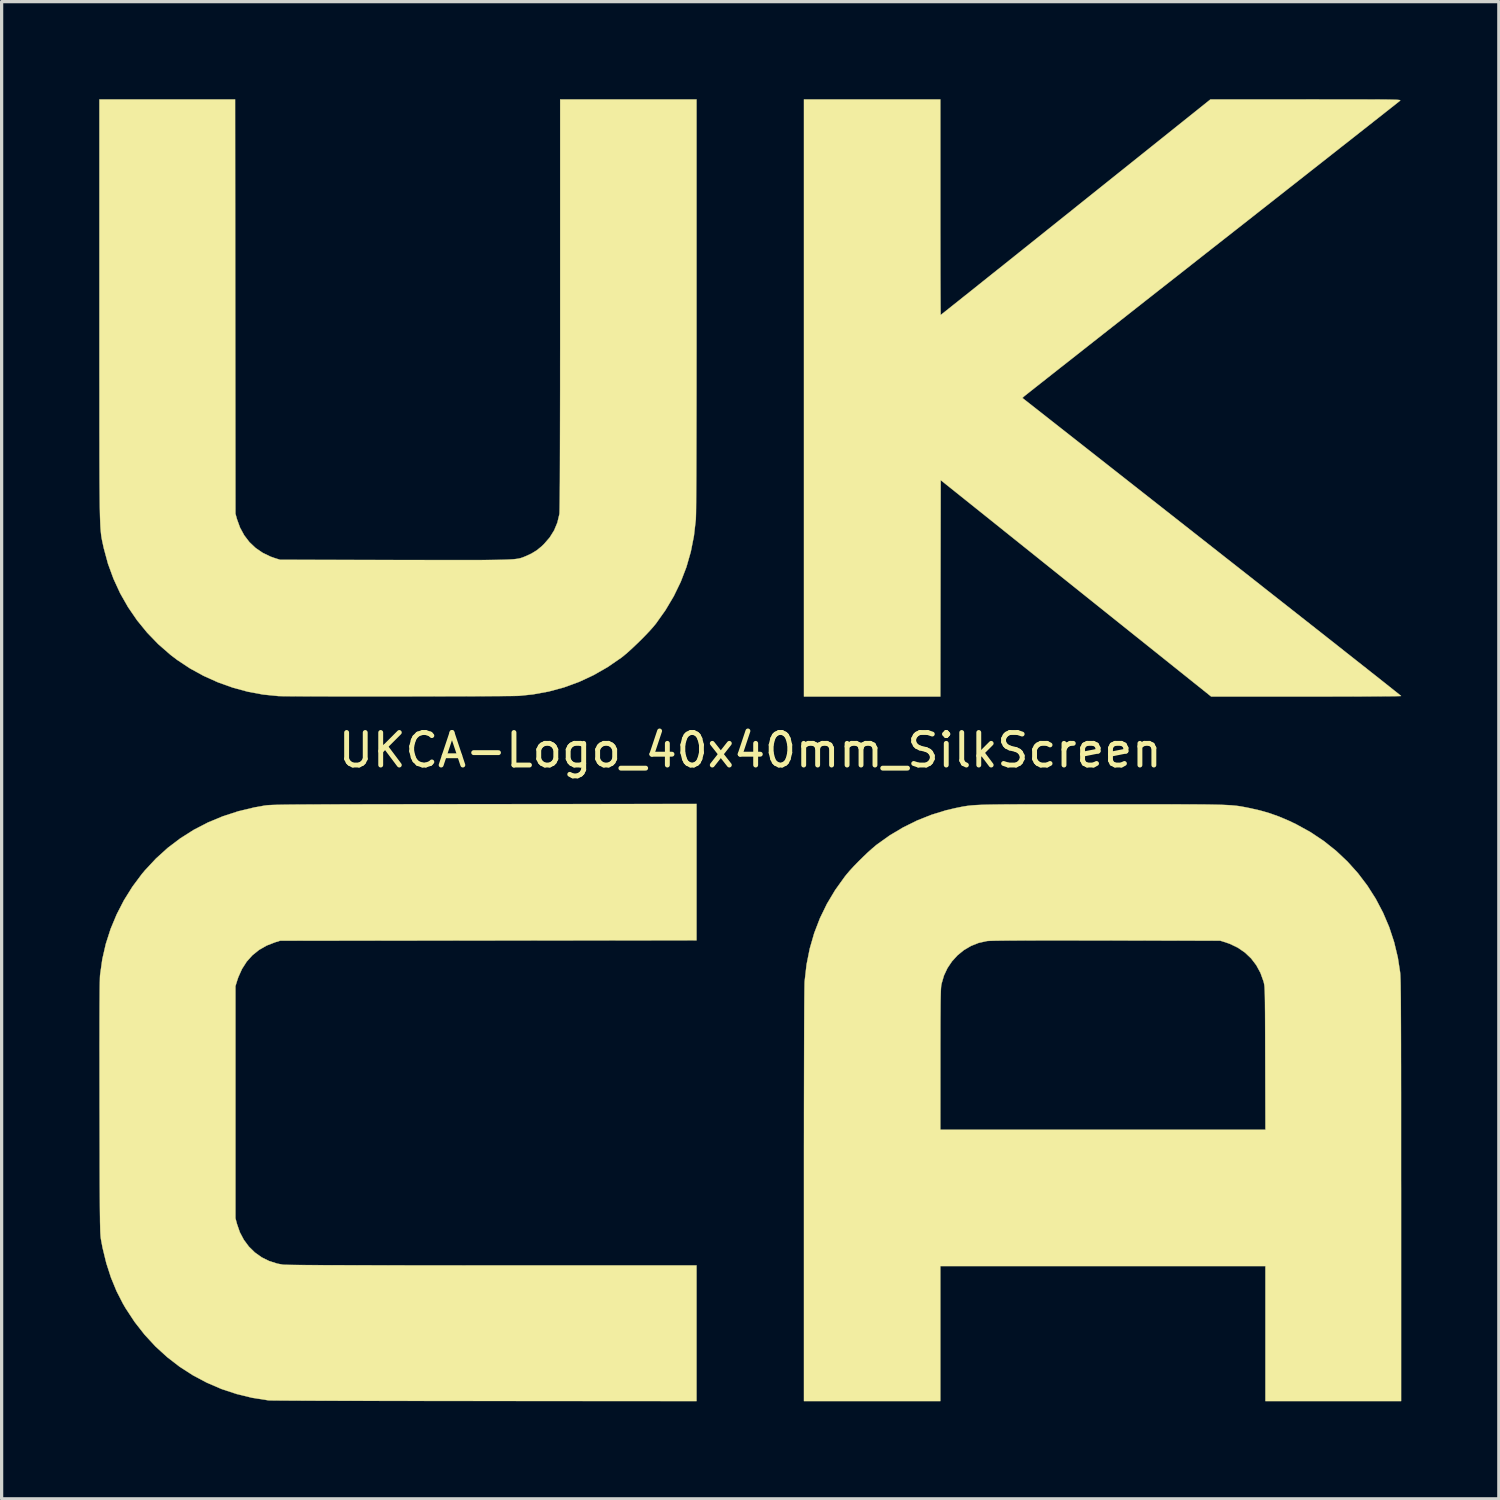
<source format=kicad_pcb>
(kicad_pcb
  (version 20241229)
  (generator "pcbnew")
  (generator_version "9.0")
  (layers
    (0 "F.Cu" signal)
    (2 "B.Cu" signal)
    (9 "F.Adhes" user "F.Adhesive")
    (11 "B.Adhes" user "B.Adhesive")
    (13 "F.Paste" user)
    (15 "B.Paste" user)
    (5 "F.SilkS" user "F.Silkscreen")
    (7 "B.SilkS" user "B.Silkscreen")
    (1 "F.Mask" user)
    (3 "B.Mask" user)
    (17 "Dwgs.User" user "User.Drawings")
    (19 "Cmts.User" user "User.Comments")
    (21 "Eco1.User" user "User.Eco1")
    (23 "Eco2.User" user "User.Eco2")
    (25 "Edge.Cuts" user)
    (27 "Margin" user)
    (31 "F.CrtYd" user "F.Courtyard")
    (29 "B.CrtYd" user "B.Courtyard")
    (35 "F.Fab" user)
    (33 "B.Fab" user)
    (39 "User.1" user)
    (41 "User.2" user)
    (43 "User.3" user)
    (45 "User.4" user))
  (footprint "UKCA-Logo_40x40mm_SilkScreen"
    (layer "F.Cu")
    (at 20.008 20.008)
    (property "Reference" "UKCA-Logo_40x40mm_SilkScreen" (at 0 0 0) (layer "F.SilkS") (effects (font (size 1 1) (thickness 0.15))))
    (attr board_only exclude_from_pos_files exclude_from_bom allow_missing_courtyard)
    (fp_poly (pts (xy 5.842 -16.69) (xy 5.842 -16.319) (xy 5.842 -15.96) (xy 5.843 -15.614) (xy 5.843 -15.285) (xy 5.844 -14.975) (xy 5.844 -14.685) (xy 5.845 -14.418) (xy 5.846 -14.176) (xy 5.847 -13.962) (xy 5.848 -13.777) (xy 5.849 -13.625) (xy 5.85 -13.507) (xy 5.851 -13.426) (xy 5.852 -13.383) (xy 5.853 -13.377) (xy 5.87 -13.39) (xy 5.919 -13.429) (xy 5.998 -13.491) (xy 6.106 -13.577) (xy 6.241 -13.685) (xy 6.403 -13.813) (xy 6.589 -13.962) (xy 6.798 -14.128) (xy 7.029 -14.313) (xy 7.281 -14.514) (xy 7.552 -14.73) (xy 7.84 -14.96) (xy 8.144 -15.203) (xy 8.463 -15.458) (xy 8.796 -15.724) (xy 9.141 -16) (xy 9.496 -16.284) (xy 9.861 -16.575) (xy 10.004 -16.69) (xy 14.145 -20.003) (xy 17.078 -20.003) (xy 17.489 -20.002) (xy 17.86 -20.002) (xy 18.192 -20.002) (xy 18.488 -20.002) (xy 18.75 -20.002) (xy 18.98 -20.001) (xy 19.179 -20.001) (xy 19.351 -20) (xy 19.497 -19.999) (xy 19.619 -19.997) (xy 19.719 -19.995) (xy 19.799 -19.993) (xy 19.861 -19.991) (xy 19.907 -19.988) (xy 19.94 -19.985) (xy 19.961 -19.982) (xy 19.973 -19.978) (xy 19.977 -19.973) (xy 19.975 -19.968) (xy 19.97 -19.963) (xy 19.951 -19.947) (xy 19.899 -19.906) (xy 19.816 -19.84) (xy 19.704 -19.752) (xy 19.563 -19.641) (xy 19.395 -19.508) (xy 19.201 -19.356) (xy 18.982 -19.183) (xy 18.74 -18.993) (xy 18.475 -18.784) (xy 18.189 -18.56) (xy 17.883 -18.319) (xy 17.559 -18.064) (xy 17.216 -17.795) (xy 16.858 -17.513) (xy 16.484 -17.22) (xy 16.097 -16.915) (xy 15.697 -16.601) (xy 15.285 -16.277) (xy 14.863 -15.946) (xy 14.432 -15.608) (xy 14.192 -15.42) (xy 13.757 -15.078) (xy 13.33 -14.742) (xy 12.912 -14.414) (xy 12.505 -14.095) (xy 12.11 -13.785) (xy 11.729 -13.485) (xy 11.362 -13.196) (xy 11.01 -12.92) (xy 10.676 -12.657) (xy 10.359 -12.408) (xy 10.062 -12.174) (xy 9.785 -11.956) (xy 9.53 -11.756) (xy 9.298 -11.573) (xy 9.09 -11.409) (xy 8.907 -11.265) (xy 8.751 -11.142) (xy 8.623 -11.041) (xy 8.524 -10.962) (xy 8.454 -10.907) (xy 8.417 -10.877) (xy 8.41 -10.871) (xy 8.364 -10.827) (xy 14.183 -6.256) (xy 14.621 -5.911) (xy 15.051 -5.574) (xy 15.471 -5.244) (xy 15.879 -4.922) (xy 16.276 -4.61) (xy 16.659 -4.309) (xy 17.028 -4.019) (xy 17.381 -3.741) (xy 17.717 -3.476) (xy 18.035 -3.226) (xy 18.333 -2.99) (xy 18.611 -2.771) (xy 18.868 -2.569) (xy 19.101 -2.384) (xy 19.311 -2.219) (xy 19.495 -2.073) (xy 19.652 -1.948) (xy 19.782 -1.845) (xy 19.883 -1.765) (xy 19.954 -1.708) (xy 19.994 -1.675) (xy 20.003 -1.668) (xy 19.982 -1.666) (xy 19.921 -1.664) (xy 19.823 -1.662) (xy 19.69 -1.66) (xy 19.524 -1.659) (xy 19.327 -1.657) (xy 19.103 -1.656) (xy 18.854 -1.654) (xy 18.581 -1.653) (xy 18.288 -1.652) (xy 17.977 -1.652) (xy 17.65 -1.651) (xy 17.309 -1.651) (xy 17.084 -1.651) (xy 14.166 -1.651) (xy 10.009 -4.976) (xy 5.853 -8.302) (xy 5.847 -4.976) (xy 5.842 -1.651) (xy 1.651 -1.651) (xy 1.651 -20.003) (xy 5.842 -20.003) (xy 5.842 -16.69)) (stroke (width 0.01) (type solid)) (fill yes) (layer "F.SilkS"))
    (fp_poly (pts (xy -1.651 5.842) (xy -14.446 5.853) (xy -14.604 5.902) (xy -14.864 6.003) (xy -15.096 6.136) (xy -15.3 6.3) (xy -15.475 6.495) (xy -15.619 6.719) (xy -15.732 6.97) (xy -15.763 7.06) (xy -15.822 7.25) (xy -15.822 14.383) (xy -15.775 14.559) (xy -15.686 14.816) (xy -15.563 15.048) (xy -15.409 15.255) (xy -15.227 15.434) (xy -15.019 15.583) (xy -14.788 15.698) (xy -14.537 15.778) (xy -14.365 15.81) (xy -14.329 15.813) (xy -14.257 15.815) (xy -14.15 15.817) (xy -14.007 15.819) (xy -13.827 15.821) (xy -13.61 15.823) (xy -13.356 15.824) (xy -13.064 15.826) (xy -12.735 15.827) (xy -12.366 15.828) (xy -11.959 15.829) (xy -11.512 15.83) (xy -11.025 15.831) (xy -10.498 15.832) (xy -9.931 15.832) (xy -9.322 15.832) (xy -8.672 15.833) (xy -7.981 15.833) (xy -1.651 15.833) (xy -1.651 20.003) (xy -8.154 20) (xy -8.678 19.999) (xy -9.192 19.999) (xy -9.693 19.999) (xy -10.182 19.998) (xy -10.655 19.997) (xy -11.111 19.997) (xy -11.549 19.996) (xy -11.967 19.995) (xy -12.362 19.994) (xy -12.735 19.993) (xy -13.082 19.992) (xy -13.402 19.991) (xy -13.694 19.99) (xy -13.956 19.988) (xy -14.186 19.987) (xy -14.382 19.986) (xy -14.544 19.984) (xy -14.668 19.983) (xy -14.754 19.982) (xy -14.8 19.98) (xy -14.806 19.98) (xy -15.304 19.902) (xy -15.786 19.785) (xy -16.253 19.63) (xy -16.701 19.437) (xy -17.13 19.209) (xy -17.537 18.947) (xy -17.922 18.65) (xy -18.282 18.321) (xy -18.615 17.96) (xy -18.921 17.569) (xy -19.197 17.149) (xy -19.276 17.014) (xy -19.477 16.621) (xy -19.648 16.205) (xy -19.791 15.762) (xy -19.906 15.29) (xy -19.953 15.039) (xy -19.958 15.01) (xy -19.962 14.978) (xy -19.966 14.941) (xy -19.969 14.896) (xy -19.973 14.842) (xy -19.976 14.776) (xy -19.978 14.698) (xy -19.98 14.605) (xy -19.983 14.494) (xy -19.984 14.365) (xy -19.986 14.215) (xy -19.988 14.043) (xy -19.989 13.846) (xy -19.99 13.623) (xy -19.992 13.371) (xy -19.993 13.089) (xy -19.994 12.775) (xy -19.994 12.427) (xy -19.995 12.043) (xy -19.996 11.622) (xy -19.997 11.16) (xy -19.998 10.986) (xy -19.998 10.452) (xy -19.999 9.959) (xy -19.999 9.507) (xy -20 9.094) (xy -19.999 8.72) (xy -19.999 8.384) (xy -19.998 8.084) (xy -19.997 7.82) (xy -19.995 7.591) (xy -19.994 7.395) (xy -19.992 7.232) (xy -19.989 7.101) (xy -19.987 7.002) (xy -19.984 6.932) (xy -19.981 6.9) (xy -19.914 6.423) (xy -19.806 5.952) (xy -19.658 5.491) (xy -19.471 5.043) (xy -19.248 4.61) (xy -18.989 4.195) (xy -18.696 3.802) (xy -18.602 3.69) (xy -18.265 3.329) (xy -17.902 3) (xy -17.514 2.706) (xy -17.101 2.445) (xy -16.665 2.219) (xy -16.207 2.029) (xy -15.726 1.873) (xy -15.225 1.754) (xy -14.92 1.7) (xy -14.895 1.697) (xy -14.867 1.693) (xy -14.833 1.69) (xy -14.794 1.687) (xy -14.747 1.685) (xy -14.691 1.682) (xy -14.625 1.68) (xy -14.547 1.678) (xy -14.455 1.676) (xy -14.349 1.674) (xy -14.226 1.672) (xy -14.085 1.671) (xy -13.926 1.669) (xy -13.746 1.668) (xy -13.544 1.667) (xy -13.318 1.666) (xy -13.068 1.665) (xy -12.792 1.664) (xy -12.487 1.663) (xy -12.154 1.662) (xy -11.789 1.661) (xy -11.393 1.661) (xy -10.964 1.66) (xy -10.499 1.659) (xy -9.998 1.659) (xy -9.459 1.658) (xy -8.881 1.657) (xy -8.263 1.657) (xy -8.165 1.657) (xy -1.651 1.65) (xy -1.651 5.842)) (stroke (width 0.01) (type solid)) (fill yes) (layer "F.SilkS"))
    (fp_poly (pts (xy -15.828 -13.637) (xy -15.822 -7.271) (xy -15.775 -7.101) (xy -15.681 -6.842) (xy -15.553 -6.607) (xy -15.394 -6.398) (xy -15.204 -6.218) (xy -14.985 -6.068) (xy -14.741 -5.95) (xy -14.604 -5.902) (xy -14.446 -5.853) (xy -10.923 -5.847) (xy -10.459 -5.846) (xy -10.034 -5.846) (xy -9.648 -5.845) (xy -9.299 -5.845) (xy -8.984 -5.845) (xy -8.701 -5.845) (xy -8.449 -5.845) (xy -8.225 -5.846) (xy -8.028 -5.848) (xy -7.855 -5.85) (xy -7.705 -5.852) (xy -7.575 -5.855) (xy -7.464 -5.859) (xy -7.37 -5.864) (xy -7.29 -5.869) (xy -7.222 -5.876) (xy -7.165 -5.883) (xy -7.117 -5.891) (xy -7.076 -5.9) (xy -7.039 -5.911) (xy -7.005 -5.922) (xy -6.972 -5.935) (xy -6.937 -5.949) (xy -6.912 -5.959) (xy -6.724 -6.045) (xy -6.562 -6.144) (xy -6.41 -6.268) (xy -6.338 -6.338) (xy -6.163 -6.54) (xy -6.027 -6.758) (xy -5.928 -6.996) (xy -5.866 -7.254) (xy -5.865 -7.26) (xy -5.862 -7.294) (xy -5.86 -7.364) (xy -5.858 -7.471) (xy -5.856 -7.615) (xy -5.854 -7.797) (xy -5.852 -8.016) (xy -5.85 -8.274) (xy -5.849 -8.57) (xy -5.848 -8.904) (xy -5.847 -9.279) (xy -5.846 -9.692) (xy -5.845 -10.146) (xy -5.844 -10.639) (xy -5.843 -11.174) (xy -5.843 -11.749) (xy -5.842 -12.366) (xy -5.842 -13.024) (xy -5.842 -13.7) (xy -5.842 -20.003) (xy -1.651 -20.003) (xy -1.651 -13.69) (xy -1.651 -12.998) (xy -1.651 -12.342) (xy -1.652 -11.724) (xy -1.652 -11.141) (xy -1.653 -10.597) (xy -1.654 -10.09) (xy -1.655 -9.62) (xy -1.656 -9.19) (xy -1.657 -8.798) (xy -1.658 -8.445) (xy -1.66 -8.132) (xy -1.662 -7.859) (xy -1.663 -7.626) (xy -1.665 -7.434) (xy -1.667 -7.282) (xy -1.67 -7.173) (xy -1.672 -7.105) (xy -1.673 -7.091) (xy -1.731 -6.587) (xy -1.827 -6.101) (xy -1.962 -5.631) (xy -2.136 -5.177) (xy -2.35 -4.736) (xy -2.604 -4.308) (xy -2.897 -3.895) (xy -2.982 -3.792) (xy -3.092 -3.668) (xy -3.221 -3.532) (xy -3.362 -3.389) (xy -3.508 -3.247) (xy -3.651 -3.112) (xy -3.785 -2.991) (xy -3.903 -2.892) (xy -3.962 -2.846) (xy -4.382 -2.557) (xy -4.816 -2.309) (xy -5.262 -2.101) (xy -5.721 -1.933) (xy -6.195 -1.805) (xy -6.684 -1.716) (xy -7.101 -1.673) (xy -7.148 -1.671) (xy -7.234 -1.669) (xy -7.357 -1.667) (xy -7.514 -1.666) (xy -7.703 -1.664) (xy -7.92 -1.663) (xy -8.162 -1.662) (xy -8.428 -1.66) (xy -8.713 -1.659) (xy -9.016 -1.658) (xy -9.334 -1.658) (xy -9.664 -1.657) (xy -10.003 -1.656) (xy -10.348 -1.656) (xy -10.697 -1.655) (xy -11.047 -1.655) (xy -11.394 -1.655) (xy -11.737 -1.655) (xy -12.073 -1.655) (xy -12.398 -1.655) (xy -12.711 -1.655) (xy -13.007 -1.656) (xy -13.285 -1.656) (xy -13.542 -1.657) (xy -13.775 -1.658) (xy -13.98 -1.659) (xy -14.157 -1.66) (xy -14.301 -1.661) (xy -14.409 -1.663) (xy -14.48 -1.665) (xy -14.499 -1.665) (xy -14.97 -1.712) (xy -15.439 -1.799) (xy -15.903 -1.925) (xy -16.357 -2.087) (xy -16.796 -2.284) (xy -17.216 -2.514) (xy -17.611 -2.775) (xy -17.822 -2.936) (xy -18.194 -3.261) (xy -18.535 -3.614) (xy -18.845 -3.994) (xy -19.122 -4.398) (xy -19.364 -4.823) (xy -19.569 -5.268) (xy -19.738 -5.729) (xy -19.867 -6.204) (xy -19.886 -6.29) (xy -19.897 -6.341) (xy -19.907 -6.388) (xy -19.917 -6.433) (xy -19.926 -6.478) (xy -19.934 -6.522) (xy -19.942 -6.569) (xy -19.949 -6.619) (xy -19.955 -6.674) (xy -19.961 -6.736) (xy -19.967 -6.805) (xy -19.972 -6.884) (xy -19.976 -6.974) (xy -19.98 -7.076) (xy -19.984 -7.192) (xy -19.987 -7.324) (xy -19.99 -7.472) (xy -19.992 -7.638) (xy -19.994 -7.824) (xy -19.996 -8.031) (xy -19.998 -8.261) (xy -19.999 -8.515) (xy -20 -8.795) (xy -20.001 -9.101) (xy -20.001 -9.437) (xy -20.002 -9.802) (xy -20.002 -10.199) (xy -20.002 -10.629) (xy -20.002 -11.093) (xy -20.003 -11.593) (xy -20.003 -12.131) (xy -20.003 -12.707) (xy -20.003 -13.324) (xy -20.003 -13.541) (xy -20.003 -20.003) (xy -15.833 -20.003) (xy -15.828 -13.637)) (stroke (width 0.01) (type solid)) (fill yes) (layer "F.SilkS"))
    (fp_poly (pts (xy 10.461 1.662) (xy 10.816 1.662) (xy 11.295 1.662) (xy 11.734 1.662) (xy 12.134 1.662) (xy 12.498 1.662) (xy 12.828 1.662) (xy 13.125 1.663) (xy 13.393 1.664) (xy 13.633 1.665) (xy 13.846 1.666) (xy 14.036 1.668) (xy 14.203 1.671) (xy 14.351 1.674) (xy 14.48 1.677) (xy 14.594 1.682) (xy 14.694 1.687) (xy 14.783 1.692) (xy 14.861 1.699) (xy 14.932 1.706) (xy 14.997 1.714) (xy 15.059 1.723) (xy 15.119 1.734) (xy 15.179 1.745) (xy 15.242 1.757) (xy 15.31 1.771) (xy 15.348 1.778) (xy 15.665 1.85) (xy 15.964 1.936) (xy 16.257 2.041) (xy 16.558 2.169) (xy 16.785 2.278) (xy 17.217 2.516) (xy 17.623 2.787) (xy 18.003 3.089) (xy 18.354 3.42) (xy 18.676 3.778) (xy 18.966 4.16) (xy 19.224 4.565) (xy 19.448 4.991) (xy 19.637 5.435) (xy 19.789 5.897) (xy 19.903 6.372) (xy 19.971 6.813) (xy 19.974 6.843) (xy 19.977 6.882) (xy 19.98 6.929) (xy 19.982 6.988) (xy 19.985 7.058) (xy 19.987 7.142) (xy 19.989 7.241) (xy 19.99 7.356) (xy 19.992 7.488) (xy 19.994 7.64) (xy 19.995 7.813) (xy 19.996 8.007) (xy 19.997 8.224) (xy 19.998 8.467) (xy 19.999 8.735) (xy 20 9.031) (xy 20 9.356) (xy 20.001 9.711) (xy 20.001 10.097) (xy 20.002 10.517) (xy 20.002 10.972) (xy 20.002 11.462) (xy 20.002 11.989) (xy 20.002 12.556) (xy 20.002 13.162) (xy 20.003 13.541) (xy 20.003 20.003) (xy 15.833 20.003) (xy 15.833 15.854) (xy 5.842 15.854) (xy 5.842 20.003) (xy 1.651 20.003) (xy 1.651 13.69) (xy 1.651 13.007) (xy 1.651 12.359) (xy 1.652 11.746) (xy 1.652 11.663) (xy 5.842 11.663) (xy 15.834 11.663) (xy 15.828 9.467) (xy 15.827 9.114) (xy 15.826 8.801) (xy 15.825 8.525) (xy 15.824 8.284) (xy 15.823 8.075) (xy 15.821 7.895) (xy 15.82 7.742) (xy 15.818 7.613) (xy 15.816 7.506) (xy 15.813 7.418) (xy 15.81 7.347) (xy 15.807 7.289) (xy 15.803 7.243) (xy 15.798 7.205) (xy 15.792 7.174) (xy 15.786 7.146) (xy 15.779 7.119) (xy 15.774 7.101) (xy 15.681 6.842) (xy 15.554 6.608) (xy 15.395 6.399) (xy 15.206 6.219) (xy 14.988 6.069) (xy 14.744 5.951) (xy 14.604 5.902) (xy 14.446 5.853) (xy 10.943 5.846) (xy 10.444 5.846) (xy 9.986 5.845) (xy 9.568 5.845) (xy 9.188 5.845) (xy 8.847 5.845) (xy 8.542 5.846) (xy 8.273 5.847) (xy 8.038 5.848) (xy 7.837 5.849) (xy 7.668 5.851) (xy 7.529 5.853) (xy 7.421 5.856) (xy 7.341 5.859) (xy 7.289 5.862) (xy 7.273 5.864) (xy 7.021 5.92) (xy 6.785 6.014) (xy 6.567 6.142) (xy 6.372 6.3) (xy 6.202 6.486) (xy 6.061 6.695) (xy 5.953 6.925) (xy 5.881 7.172) (xy 5.872 7.217) (xy 5.867 7.253) (xy 5.863 7.303) (xy 5.859 7.369) (xy 5.856 7.455) (xy 5.853 7.562) (xy 5.85 7.693) (xy 5.848 7.85) (xy 5.847 8.035) (xy 5.845 8.251) (xy 5.844 8.5) (xy 5.844 8.784) (xy 5.843 9.105) (xy 5.843 9.466) (xy 5.843 9.52) (xy 5.842 11.663) (xy 1.652 11.663) (xy 1.652 11.169) (xy 1.653 10.628) (xy 1.654 10.123) (xy 1.655 9.655) (xy 1.656 9.225) (xy 1.657 8.832) (xy 1.658 8.478) (xy 1.66 8.162) (xy 1.661 7.886) (xy 1.663 7.649) (xy 1.665 7.453) (xy 1.667 7.298) (xy 1.669 7.183) (xy 1.671 7.111) (xy 1.673 7.091) (xy 1.731 6.586) (xy 1.829 6.096) (xy 1.966 5.621) (xy 2.142 5.163) (xy 2.357 4.721) (xy 2.611 4.296) (xy 2.903 3.889) (xy 2.961 3.816) (xy 3.059 3.701) (xy 3.181 3.568) (xy 3.32 3.425) (xy 3.466 3.281) (xy 3.611 3.142) (xy 3.749 3.019) (xy 3.869 2.917) (xy 3.895 2.897) (xy 4.284 2.619) (xy 4.697 2.373) (xy 5.127 2.16) (xy 5.57 1.984) (xy 6.02 1.845) (xy 6.308 1.778) (xy 6.377 1.764) (xy 6.44 1.751) (xy 6.499 1.739) (xy 6.557 1.728) (xy 6.615 1.719) (xy 6.675 1.71) (xy 6.74 1.702) (xy 6.81 1.695) (xy 6.89 1.689) (xy 6.979 1.684) (xy 7.081 1.679) (xy 7.198 1.675) (xy 7.33 1.672) (xy 7.482 1.669) (xy 7.654 1.667) (xy 7.848 1.665) (xy 8.068 1.664) (xy 8.313 1.663) (xy 8.588 1.662) (xy 8.893 1.662) (xy 9.231 1.662) (xy 9.603 1.662) (xy 10.013 1.662) (xy 10.461 1.662)) (stroke (width 0.01) (type solid)) (fill yes) (layer "F.SilkS")))
  (gr_rect
    (start -3 -3)
    (end 43.015 43.015)
    (stroke (width 0.1) (type default))
    (fill no)
    (layer "Edge.Cuts")))
</source>
